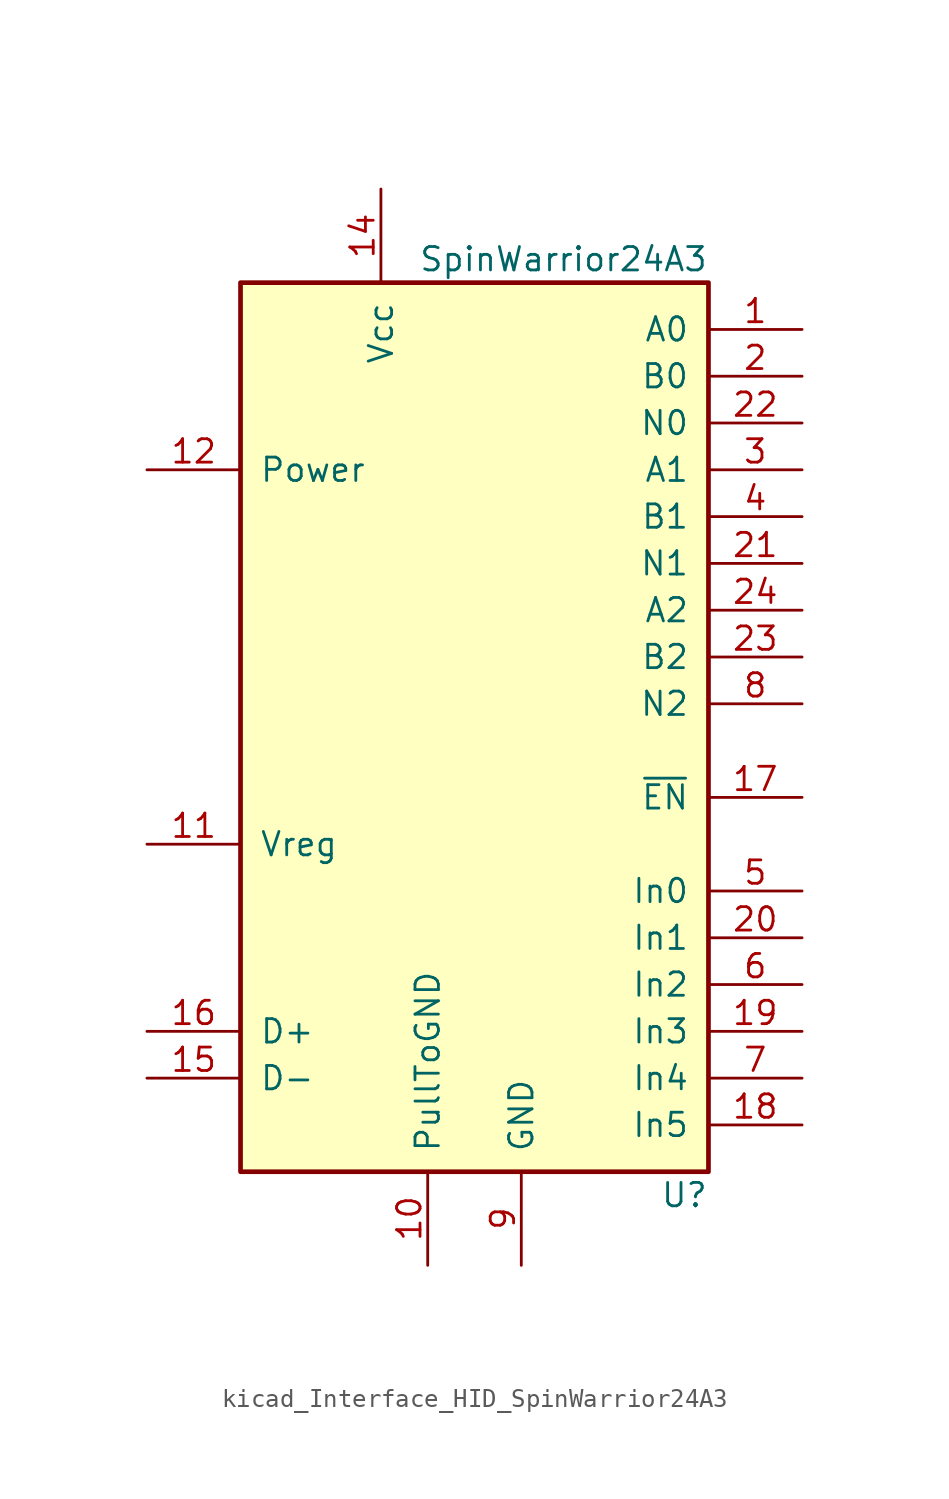
<source format=kicad_sym>
(kicad_symbol_lib
  (version 20220914)
  (generator kicad_symbol_editor)
  (symbol "kicad_Interface_HID_SpinWarrior24A3"
    (pin_names
      (offset 1.016))
    (property "Reference" "U"
      (at 12.7 -24.13 0)
      (effects (font (size 1.27 1.27)) (justify right)))
    (property "Value" "SpinWarrior24A3"
      (at 12.7 26.67 0)
      (effects (font (size 1.27 1.27)) (justify right)))
    (symbol "kicad_Interface_HID_SpinWarrior24A3_1_1"
      (rectangle (start -12.7 25.4) (end 12.7 -22.86) (stroke (width 0.254) (type default)) (fill (type background)))
      (pin input line (at 17.78 22.86 180) (length 5.08) (name "A0" (effects (font (size 1.27 1.27)))) (number "1" (effects (font (size 1.27 1.27)))))
      (pin input line (at -2.54 -27.94 90) (length 5.08) (name "PullToGND" (effects (font (size 1.27 1.27)))) (number "10" (effects (font (size 1.27 1.27)))))
      (pin power_out line (at -17.78 -5.08 0) (length 5.08) (name "Vreg" (effects (font (size 1.27 1.27)))) (number "11" (effects (font (size 1.27 1.27)))))
      (pin input line (at -17.78 15.24 0) (length 5.08) (name "Power" (effects (font (size 1.27 1.27)))) (number "12" (effects (font (size 1.27 1.27)))))
      (pin no_connect line (at -12.7 22.86 0) (length 5.08) hide (name "NC" (effects (font (size 1.27 1.27)))) (number "13" (effects (font (size 1.27 1.27)))))
      (pin power_in line (at -5.08 30.48 270) (length 5.08) (name "Vcc" (effects (font (size 1.27 1.27)))) (number "14" (effects (font (size 1.27 1.27)))))
      (pin bidirectional line (at -17.78 -17.78 0) (length 5.08) (name "D-" (effects (font (size 1.27 1.27)))) (number "15" (effects (font (size 1.27 1.27)))))
      (pin bidirectional line (at -17.78 -15.24 0) (length 5.08) (name "D+" (effects (font (size 1.27 1.27)))) (number "16" (effects (font (size 1.27 1.27)))))
      (pin open_collector line (at 17.78 -2.54 180) (length 5.08) (name "~{EN}" (effects (font (size 1.27 1.27)))) (number "17" (effects (font (size 1.27 1.27)))))
      (pin input line (at 17.78 -20.32 180) (length 5.08) (name "In5" (effects (font (size 1.27 1.27)))) (number "18" (effects (font (size 1.27 1.27)))))
      (pin input line (at 17.78 -15.24 180) (length 5.08) (name "In3" (effects (font (size 1.27 1.27)))) (number "19" (effects (font (size 1.27 1.27)))))
      (pin input line (at 17.78 20.32 180) (length 5.08) (name "B0" (effects (font (size 1.27 1.27)))) (number "2" (effects (font (size 1.27 1.27)))))
      (pin input line (at 17.78 -10.16 180) (length 5.08) (name "In1" (effects (font (size 1.27 1.27)))) (number "20" (effects (font (size 1.27 1.27)))))
      (pin input line (at 17.78 10.16 180) (length 5.08) (name "N1" (effects (font (size 1.27 1.27)))) (number "21" (effects (font (size 1.27 1.27)))))
      (pin input line (at 17.78 17.78 180) (length 5.08) (name "N0" (effects (font (size 1.27 1.27)))) (number "22" (effects (font (size 1.27 1.27)))))
      (pin input line (at 17.78 5.08 180) (length 5.08) (name "B2" (effects (font (size 1.27 1.27)))) (number "23" (effects (font (size 1.27 1.27)))))
      (pin input line (at 17.78 7.62 180) (length 5.08) (name "A2" (effects (font (size 1.27 1.27)))) (number "24" (effects (font (size 1.27 1.27)))))
      (pin input line (at 17.78 15.24 180) (length 5.08) (name "A1" (effects (font (size 1.27 1.27)))) (number "3" (effects (font (size 1.27 1.27)))))
      (pin input line (at 17.78 12.7 180) (length 5.08) (name "B1" (effects (font (size 1.27 1.27)))) (number "4" (effects (font (size 1.27 1.27)))))
      (pin input line (at 17.78 -7.62 180) (length 5.08) (name "In0" (effects (font (size 1.27 1.27)))) (number "5" (effects (font (size 1.27 1.27)))))
      (pin input line (at 17.78 -12.7 180) (length 5.08) (name "In2" (effects (font (size 1.27 1.27)))) (number "6" (effects (font (size 1.27 1.27)))))
      (pin input line (at 17.78 -17.78 180) (length 5.08) (name "In4" (effects (font (size 1.27 1.27)))) (number "7" (effects (font (size 1.27 1.27)))))
      (pin input line (at 17.78 2.54 180) (length 5.08) (name "N2" (effects (font (size 1.27 1.27)))) (number "8" (effects (font (size 1.27 1.27)))))
      (pin power_in line (at 2.54 -27.94 90) (length 5.08) (name "GND" (effects (font (size 1.27 1.27)))) (number "9" (effects (font (size 1.27 1.27))))))))
</source>
